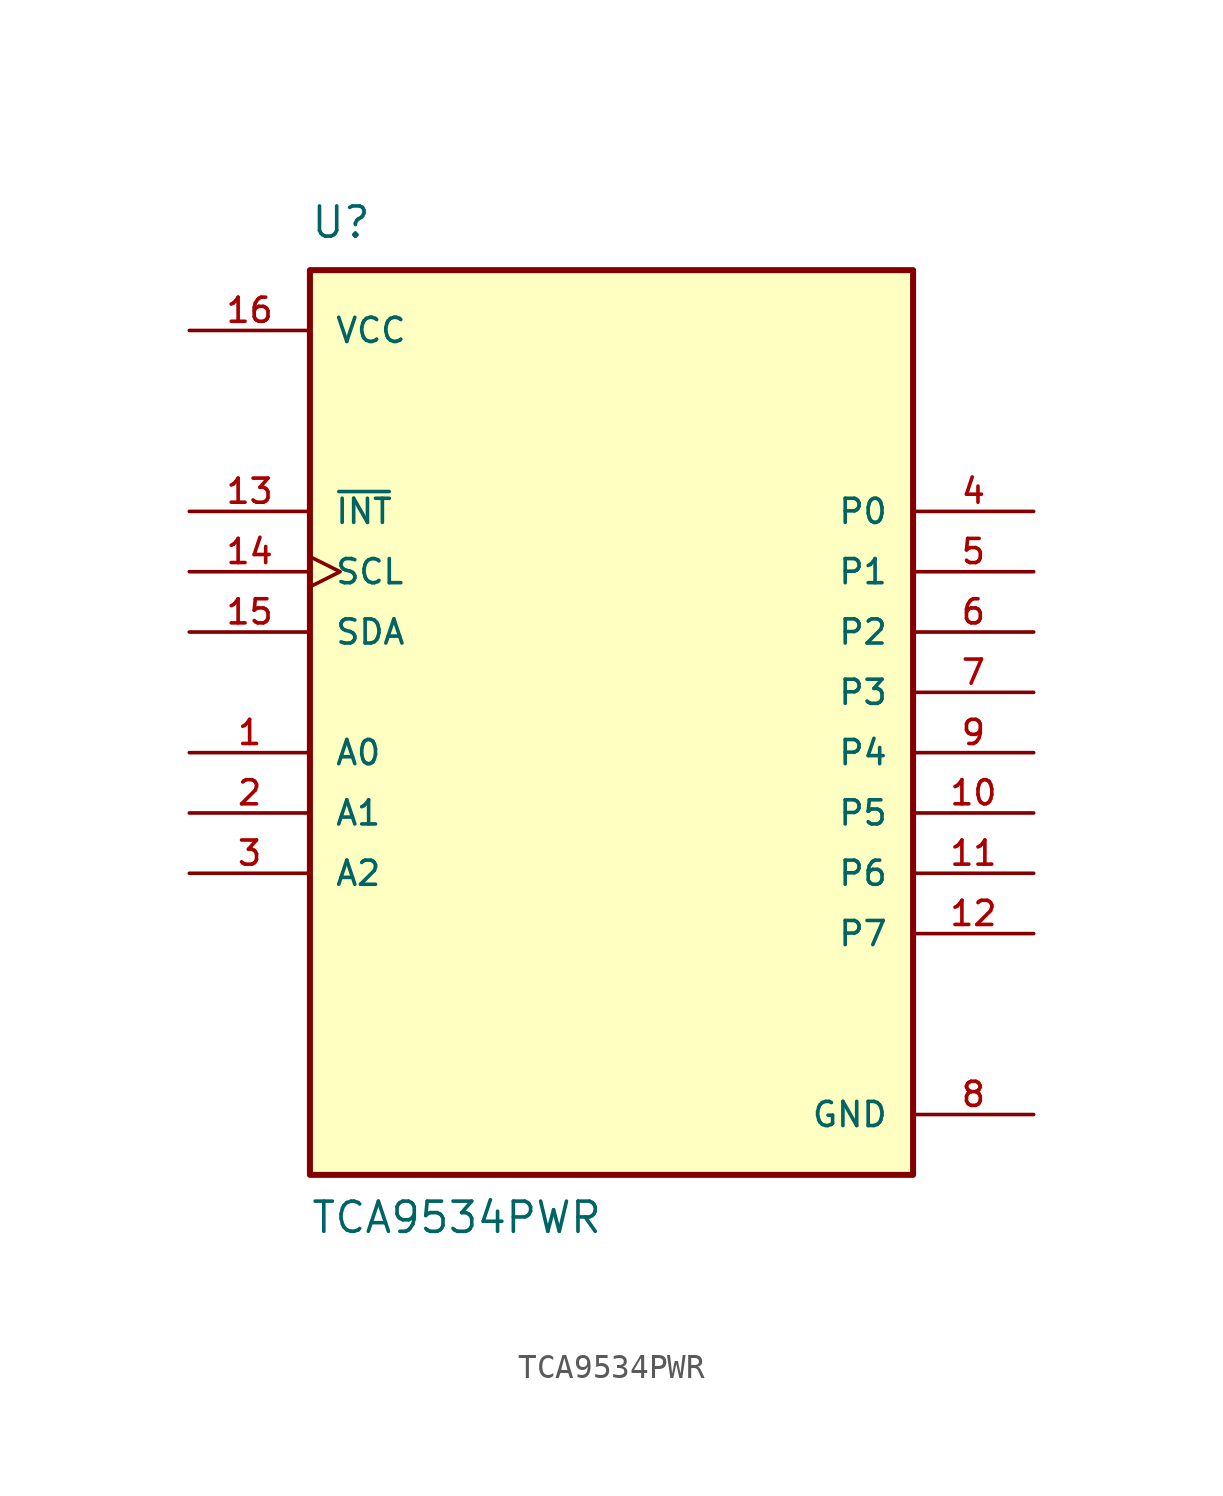
<source format=kicad_sym>
(kicad_symbol_lib
  (version 20211014)
  (generator kicad_symbol_editor)
  (symbol "TCA9534PWR"
    (pin_names
      (offset 1.016))
    (property "Reference" "U"
      (at -12.7 19.05 0.0)
      (effects (font (size 1.27 1.27)) (justify bottom left)))
    (property "Value" "TCA9534PWR"
      (at -12.7 -22.86 0.0)
      (effects (font (size 1.27 1.27)) (justify bottom left)))
    (symbol "TCA9534PWR_0_0"
      (rectangle (start -12.7 -20.32) (end 12.7 17.78) (stroke (width 0.254)) (fill (type background)))
      (pin output line (at -17.78 7.62 0) (length 5.08) (name "~{INT}" (effects (font (size 1.016 1.016)))) (number "13" (effects (font (size 1.016 1.016)))))
      (pin bidirectional clock (at -17.78 5.08 0) (length 5.08) (name "SCL" (effects (font (size 1.016 1.016)))) (number "14" (effects (font (size 1.016 1.016)))))
      (pin input line (at -17.78 -5.08 0) (length 5.08) (name "A1" (effects (font (size 1.016 1.016)))) (number "2" (effects (font (size 1.016 1.016)))))
      (pin input line (at -17.78 -7.62 0) (length 5.08) (name "A2" (effects (font (size 1.016 1.016)))) (number "3" (effects (font (size 1.016 1.016)))))
      (pin input line (at -17.78 -2.54 0) (length 5.08) (name "A0" (effects (font (size 1.016 1.016)))) (number "1" (effects (font (size 1.016 1.016)))))
      (pin bidirectional line (at 17.78 5.08 180.0) (length 5.08) (name "P1" (effects (font (size 1.016 1.016)))) (number "5" (effects (font (size 1.016 1.016)))))
      (pin bidirectional line (at 17.78 2.54 180.0) (length 5.08) (name "P2" (effects (font (size 1.016 1.016)))) (number "6" (effects (font (size 1.016 1.016)))))
      (pin bidirectional line (at 17.78 0.0 180.0) (length 5.08) (name "P3" (effects (font (size 1.016 1.016)))) (number "7" (effects (font (size 1.016 1.016)))))
      (pin bidirectional line (at 17.78 7.62 180.0) (length 5.08) (name "P0" (effects (font (size 1.016 1.016)))) (number "4" (effects (font (size 1.016 1.016)))))
      (pin bidirectional line (at -17.78 2.54 0) (length 5.08) (name "SDA" (effects (font (size 1.016 1.016)))) (number "15" (effects (font (size 1.016 1.016)))))
      (pin power_in line (at -17.78 15.24 0) (length 5.08) (name "VCC" (effects (font (size 1.016 1.016)))) (number "16" (effects (font (size 1.016 1.016)))))
      (pin bidirectional line (at 17.78 -2.54 180.0) (length 5.08) (name "P4" (effects (font (size 1.016 1.016)))) (number "9" (effects (font (size 1.016 1.016)))))
      (pin bidirectional line (at 17.78 -5.08 180.0) (length 5.08) (name "P5" (effects (font (size 1.016 1.016)))) (number "10" (effects (font (size 1.016 1.016)))))
      (pin bidirectional line (at 17.78 -7.62 180.0) (length 5.08) (name "P6" (effects (font (size 1.016 1.016)))) (number "11" (effects (font (size 1.016 1.016)))))
      (pin bidirectional line (at 17.78 -10.16 180.0) (length 5.08) (name "P7" (effects (font (size 1.016 1.016)))) (number "12" (effects (font (size 1.016 1.016)))))
      (pin power_in line (at 17.78 -17.78 180.0) (length 5.08) (name "GND" (effects (font (size 1.016 1.016)))) (number "8" (effects (font (size 1.016 1.016))))))))
</source>
